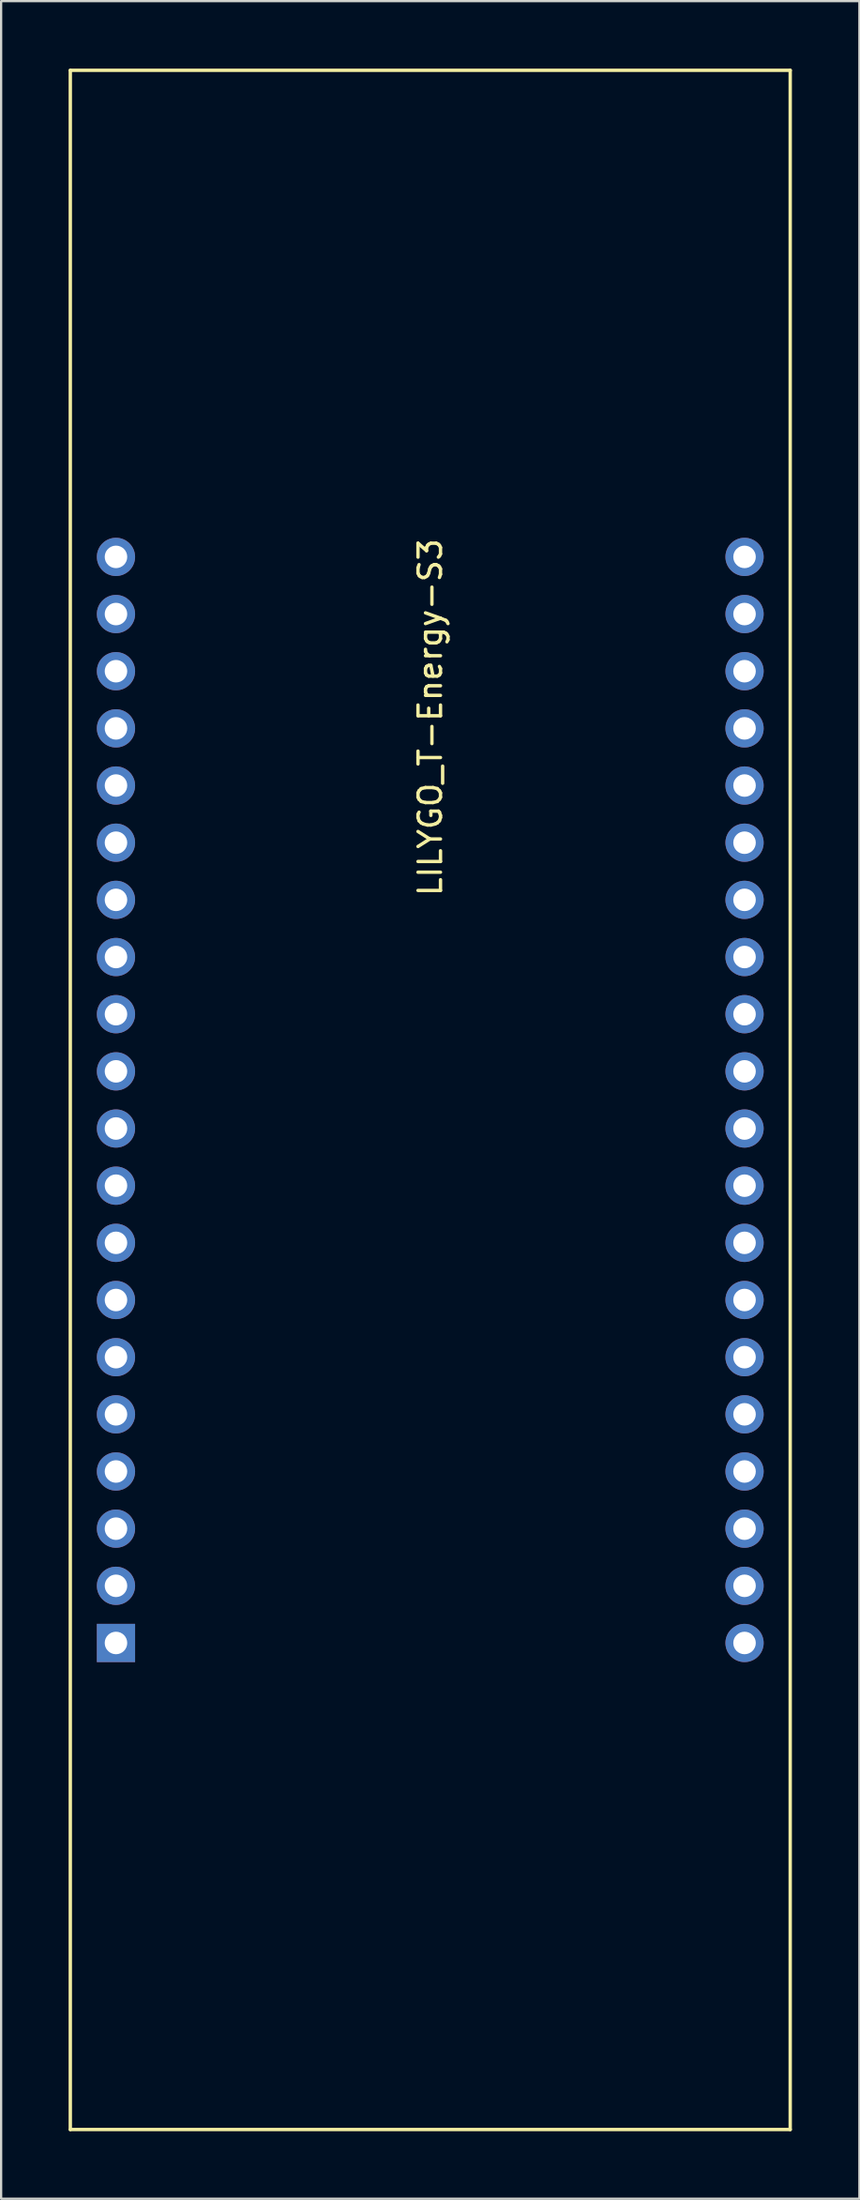
<source format=kicad_pcb>
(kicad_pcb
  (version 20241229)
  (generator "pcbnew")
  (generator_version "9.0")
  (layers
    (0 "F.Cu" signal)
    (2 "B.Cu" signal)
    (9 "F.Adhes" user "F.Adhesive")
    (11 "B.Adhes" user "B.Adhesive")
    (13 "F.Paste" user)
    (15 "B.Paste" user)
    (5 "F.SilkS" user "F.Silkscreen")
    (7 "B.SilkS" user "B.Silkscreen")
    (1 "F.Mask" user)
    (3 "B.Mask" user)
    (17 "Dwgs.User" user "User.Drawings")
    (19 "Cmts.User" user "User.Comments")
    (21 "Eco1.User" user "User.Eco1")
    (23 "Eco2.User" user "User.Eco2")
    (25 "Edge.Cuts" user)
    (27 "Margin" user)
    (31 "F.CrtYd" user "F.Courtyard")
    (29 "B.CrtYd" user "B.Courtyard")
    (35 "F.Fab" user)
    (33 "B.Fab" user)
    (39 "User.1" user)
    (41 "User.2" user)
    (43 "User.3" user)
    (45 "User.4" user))
  (footprint "LILYGO_T-Energy-S3"
    (layer "F.Cu")
    (at 16.075 45.825)
    (property "Reference" "LILYGO_T-Energy-S3" (at 0 -17 90) (layer "F.SilkS") (effects (font (size 1 1) (thickness 0.15))))
    (attr through_hole)
    (fp_line (start -16 -45.75) (end -16 45.75) (stroke (width 0.15) (type solid)) (layer "F.SilkS"))
    (fp_line (start -16 45.75) (end 16 45.75) (stroke (width 0.15) (type solid)) (layer "F.SilkS"))
    (fp_line (start 16 -45.75) (end -16 -45.75) (stroke (width 0.15) (type solid)) (layer "F.SilkS"))
    (fp_line (start 16 45.75) (end 16 -45.75) (stroke (width 0.15) (type solid)) (layer "F.SilkS"))
    (pad "1" thru_hole rect (at -13.97 24.13) (size 1.7 1.7) (drill 1) (layers "*.Cu" "*.Mask"))
    (pad "2" thru_hole circle (at -13.97 21.59) (size 1.7 1.7) (drill 1) (layers "*.Cu" "*.Mask"))
    (pad "3" thru_hole circle (at -13.97 19.05) (size 1.7 1.7) (drill 1) (layers "*.Cu" "*.Mask"))
    (pad "4" thru_hole circle (at -13.97 16.51) (size 1.7 1.7) (drill 1) (layers "*.Cu" "*.Mask"))
    (pad "5" thru_hole circle (at -13.97 13.97) (size 1.7 1.7) (drill 1) (layers "*.Cu" "*.Mask"))
    (pad "6" thru_hole circle (at -13.97 11.43) (size 1.7 1.7) (drill 1) (layers "*.Cu" "*.Mask"))
    (pad "7" thru_hole circle (at -13.97 8.89) (size 1.7 1.7) (drill 1) (layers "*.Cu" "*.Mask"))
    (pad "8" thru_hole circle (at -13.97 6.35) (size 1.7 1.7) (drill 1) (layers "*.Cu" "*.Mask"))
    (pad "9" thru_hole circle (at -13.97 3.81) (size 1.7 1.7) (drill 1) (layers "*.Cu" "*.Mask"))
    (pad "10" thru_hole circle (at -13.97 1.27) (size 1.7 1.7) (drill 1) (layers "*.Cu" "*.Mask"))
    (pad "11" thru_hole circle (at -13.97 -1.27) (size 1.7 1.7) (drill 1) (layers "*.Cu" "*.Mask"))
    (pad "12" thru_hole circle (at -13.97 -3.81) (size 1.7 1.7) (drill 1) (layers "*.Cu" "*.Mask"))
    (pad "13" thru_hole circle (at -13.97 -6.35) (size 1.7 1.7) (drill 1) (layers "*.Cu" "*.Mask"))
    (pad "14" thru_hole circle (at -13.97 -8.89) (size 1.7 1.7) (drill 1) (layers "*.Cu" "*.Mask"))
    (pad "15" thru_hole circle (at -13.97 -11.43) (size 1.7 1.7) (drill 1) (layers "*.Cu" "*.Mask"))
    (pad "16" thru_hole circle (at -13.97 -13.97) (size 1.7 1.7) (drill 1) (layers "*.Cu" "*.Mask"))
    (pad "17" thru_hole circle (at -13.97 -16.51) (size 1.7 1.7) (drill 1) (layers "*.Cu" "*.Mask"))
    (pad "18" thru_hole circle (at -13.97 -19.05) (size 1.7 1.7) (drill 1) (layers "*.Cu" "*.Mask"))
    (pad "19" thru_hole circle (at -13.97 -21.59) (size 1.7 1.7) (drill 1) (layers "*.Cu" "*.Mask"))
    (pad "20" thru_hole circle (at -13.97 -24.13) (size 1.7 1.7) (drill 1) (layers "*.Cu" "*.Mask"))
    (pad "21" thru_hole circle (at 13.97 24.13) (size 1.7 1.7) (drill 1) (layers "*.Cu" "*.Mask"))
    (pad "22" thru_hole circle (at 13.97 21.59) (size 1.7 1.7) (drill 1) (layers "*.Cu" "*.Mask"))
    (pad "23" thru_hole circle (at 13.97 19.05) (size 1.7 1.7) (drill 1) (layers "*.Cu" "*.Mask"))
    (pad "24" thru_hole circle (at 13.97 16.51) (size 1.7 1.7) (drill 1) (layers "*.Cu" "*.Mask"))
    (pad "25" thru_hole circle (at 13.97 13.97) (size 1.7 1.7) (drill 1) (layers "*.Cu" "*.Mask"))
    (pad "26" thru_hole circle (at 13.97 11.43) (size 1.7 1.7) (drill 1) (layers "*.Cu" "*.Mask"))
    (pad "27" thru_hole circle (at 13.97 8.89) (size 1.7 1.7) (drill 1) (layers "*.Cu" "*.Mask"))
    (pad "28" thru_hole circle (at 13.97 6.35) (size 1.7 1.7) (drill 1) (layers "*.Cu" "*.Mask"))
    (pad "29" thru_hole circle (at 13.97 3.81) (size 1.7 1.7) (drill 1) (layers "*.Cu" "*.Mask"))
    (pad "30" thru_hole circle (at 13.97 1.27) (size 1.7 1.7) (drill 1) (layers "*.Cu" "*.Mask"))
    (pad "31" thru_hole circle (at 13.97 -1.27) (size 1.7 1.7) (drill 1) (layers "*.Cu" "*.Mask"))
    (pad "32" thru_hole circle (at 13.97 -3.81) (size 1.7 1.7) (drill 1) (layers "*.Cu" "*.Mask"))
    (pad "33" thru_hole circle (at 13.97 -6.35) (size 1.7 1.7) (drill 1) (layers "*.Cu" "*.Mask"))
    (pad "34" thru_hole circle (at 13.97 -8.89) (size 1.7 1.7) (drill 1) (layers "*.Cu" "*.Mask"))
    (pad "35" thru_hole circle (at 13.97 -11.43) (size 1.7 1.7) (drill 1) (layers "*.Cu" "*.Mask"))
    (pad "36" thru_hole circle (at 13.97 -13.97) (size 1.7 1.7) (drill 1) (layers "*.Cu" "*.Mask"))
    (pad "37" thru_hole circle (at 13.97 -16.51) (size 1.7 1.7) (drill 1) (layers "*.Cu" "*.Mask"))
    (pad "38" thru_hole circle (at 13.97 -19.05) (size 1.7 1.7) (drill 1) (layers "*.Cu" "*.Mask"))
    (pad "39" thru_hole circle (at 13.97 -21.59) (size 1.7 1.7) (drill 1) (layers "*.Cu" "*.Mask"))
    (pad "40" thru_hole circle (at 13.97 -24.13) (size 1.7 1.7) (drill 1) (layers "*.Cu" "*.Mask")))
  (gr_rect
    (start -3 -3)
    (end 35.15 94.65)
    (stroke (width 0.1) (type default))
    (fill no)
    (layer "Edge.Cuts")))
</source>
